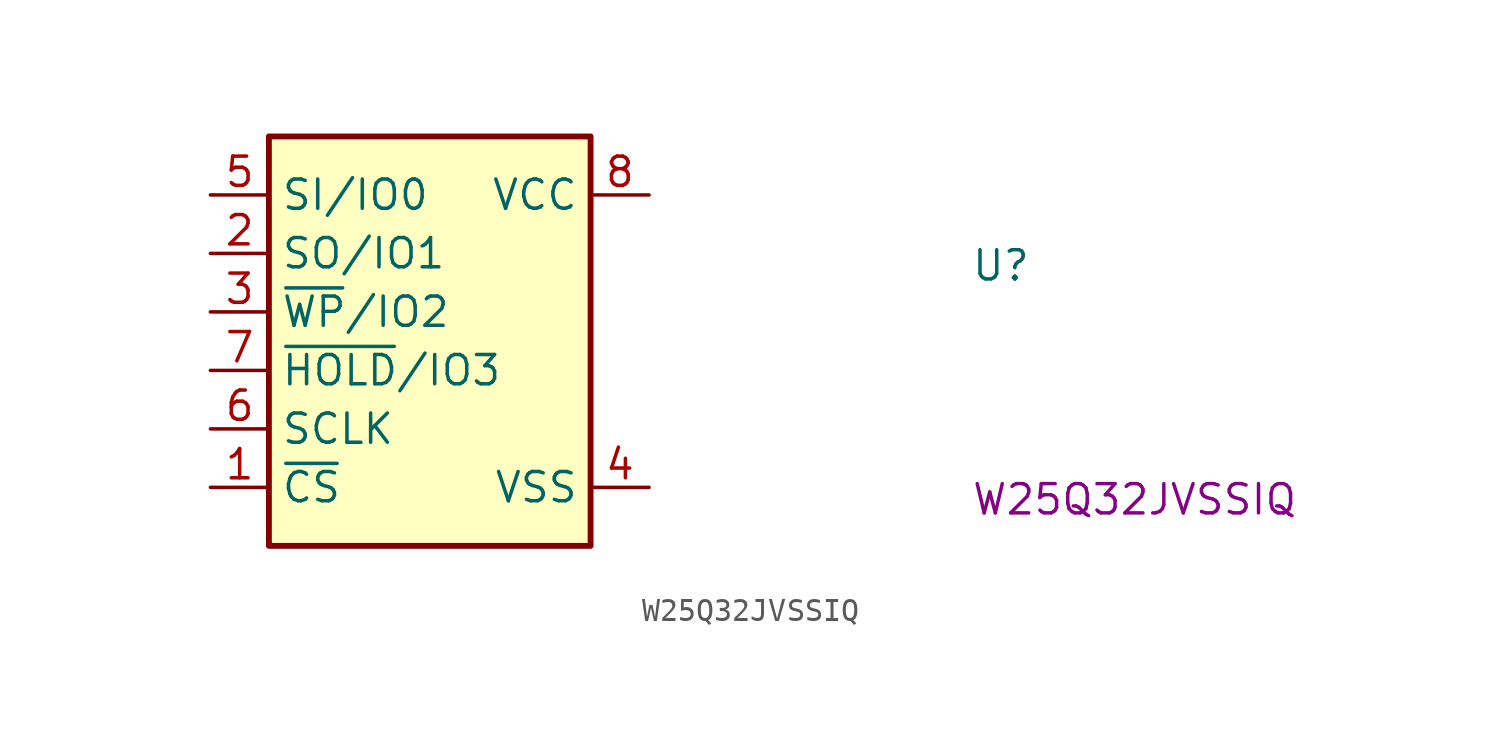
<source format=kicad_sym>
(kicad_symbol_lib
  (version 20220914)
  (generator kicad_symbol_editor)
  (symbol "W25Q32JVSSIQ"
    (property "Reference" "U"
      (at 33.02 -3.81 0)
      (effects (font (size 1.27 1.27) (thickness 0.15)) (justify left bottom)))
    (property "MPN" "W25Q32JVSSIQ"
      (at 33.02 -13.97 0)
      (effects (font (size 1.27 1.27) (thickness 0.15)) (justify left bottom)))
    (symbol "W25Q32JVSSIQ_1_1"
      (rectangle (start 2.54 2.54) (end 16.51 -15.24) (stroke (width 0.254) (type default)) (fill (type background)))
      (pin input line (at 0 -12.7 0) (length 2.54) (name "~{CS}" (effects (font (size 1.27 1.27)))) (number "1" (effects (font (size 1.27 1.27)))))
      (pin bidirectional line (at 0 -2.54 0) (length 2.54) (name "SO/IO1" (effects (font (size 1.27 1.27)))) (number "2" (effects (font (size 1.27 1.27)))))
      (pin bidirectional line (at 0 -5.08 0) (length 2.54) (name "~{WP}/IO2" (effects (font (size 1.27 1.27)))) (number "3" (effects (font (size 1.27 1.27)))))
      (pin power_in line (at 19.05 -12.7 180) (length 2.54) (name "VSS" (effects (font (size 1.27 1.27)))) (number "4" (effects (font (size 1.27 1.27)))))
      (pin bidirectional line (at 0 0 0) (length 2.54) (name "SI/IO0" (effects (font (size 1.27 1.27)))) (number "5" (effects (font (size 1.27 1.27)))))
      (pin input line (at 0 -10.16 0) (length 2.54) (name "SCLK" (effects (font (size 1.27 1.27)))) (number "6" (effects (font (size 1.27 1.27)))))
      (pin bidirectional line (at 0 -7.62 0) (length 2.54) (name "~{HOLD}/IO3" (effects (font (size 1.27 1.27)))) (number "7" (effects (font (size 1.27 1.27)))))
      (pin power_in line (at 19.05 0 180) (length 2.54) (name "VCC" (effects (font (size 1.27 1.27)))) (number "8" (effects (font (size 1.27 1.27))))))))
</source>
